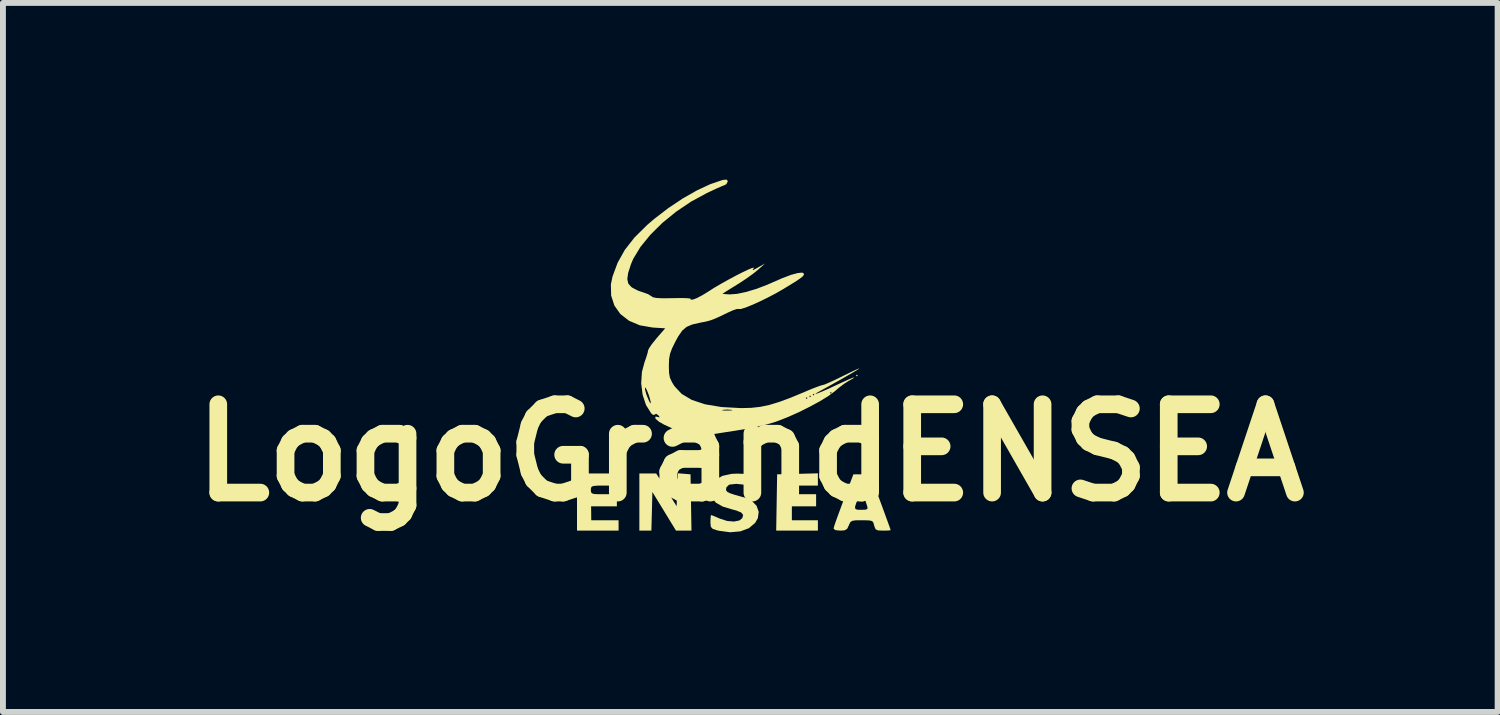
<source format=kicad_pcb>
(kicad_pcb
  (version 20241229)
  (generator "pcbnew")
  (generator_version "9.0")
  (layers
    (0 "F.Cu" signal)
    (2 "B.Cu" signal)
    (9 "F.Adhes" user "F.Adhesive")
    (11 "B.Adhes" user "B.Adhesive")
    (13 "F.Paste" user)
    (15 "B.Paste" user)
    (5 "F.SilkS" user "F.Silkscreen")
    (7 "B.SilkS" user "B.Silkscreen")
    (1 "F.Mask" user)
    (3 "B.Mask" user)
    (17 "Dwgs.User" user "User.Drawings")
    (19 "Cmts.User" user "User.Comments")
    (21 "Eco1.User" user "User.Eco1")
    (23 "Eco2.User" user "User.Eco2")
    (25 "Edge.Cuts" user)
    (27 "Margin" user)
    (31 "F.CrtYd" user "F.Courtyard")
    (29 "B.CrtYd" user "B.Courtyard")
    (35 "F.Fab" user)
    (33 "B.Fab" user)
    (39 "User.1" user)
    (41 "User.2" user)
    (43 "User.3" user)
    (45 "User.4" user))
  (footprint "LogoGrandENSEA"
    (layer "F.Cu")
    (at 9.693 4.638)
    (property "Reference" "LogoGrandENSEA" (at 0 0 0) (layer "F.SilkS") (effects (font (size 1.5 1.5) (thickness 0.3))))
    (attr board_only exclude_from_pos_files exclude_from_bom)
    (fp_poly (pts (xy 1.825 -1.31) (xy 1.81 -1.295) (xy 1.795 -1.31) (xy 1.81 -1.324)) (stroke (width 0) (type solid)) (fill yes) (layer "F.SilkS"))
    (fp_poly (pts (xy -1.125 0.359) (xy -1.015 0.368) (xy -1.007 0.846) (xy -0.999 1.324) (xy -1.13 1.324) (xy -1.262 1.324) (xy -1.462 0.996) (xy -1.663 0.668) (xy -1.671 0.996) (xy -1.68 1.324) (xy -1.782 1.324) (xy -1.884 1.324) (xy -1.884 0.839) (xy -1.884 0.353) (xy -1.741 0.353) (xy -1.598 0.353) (xy -1.424 0.632) (xy -1.251 0.91) (xy -1.242 0.63) (xy -1.234 0.35)) (stroke (width 0) (type solid)) (fill yes) (layer "F.SilkS"))
    (fp_poly (pts (xy -2.237 0.456) (xy -2.237 0.559) (xy -2.472 0.559) (xy -2.589 0.56) (xy -2.659 0.565) (xy -2.694 0.578) (xy -2.706 0.602) (xy -2.708 0.633) (xy -2.705 0.67) (xy -2.688 0.692) (xy -2.646 0.703) (xy -2.565 0.706) (xy -2.487 0.706) (xy -2.266 0.706) (xy -2.266 0.809) (xy -2.266 0.912) (xy -2.485 0.912) (xy -2.704 0.912) (xy -2.702 1.03) (xy -2.701 1.148) (xy -2.469 1.148) (xy -2.237 1.148) (xy -2.237 1.236) (xy -2.237 1.324) (xy -2.59 1.324) (xy -2.943 1.324) (xy -2.943 0.839) (xy -2.943 0.353) (xy -2.59 0.353) (xy -2.237 0.353)) (stroke (width 0) (type solid)) (fill yes) (layer "F.SilkS"))
    (fp_poly (pts (xy 1.148 0.455) (xy 1.148 0.559) (xy 0.927 0.559) (xy 0.815 0.56) (xy 0.749 0.566) (xy 0.717 0.58) (xy 0.707 0.607) (xy 0.706 0.633) (xy 0.709 0.671) (xy 0.727 0.693) (xy 0.772 0.703) (xy 0.857 0.706) (xy 0.912 0.706) (xy 1.118 0.706) (xy 1.118 0.809) (xy 1.118 0.912) (xy 0.912 0.912) (xy 0.706 0.912) (xy 0.706 1.03) (xy 0.706 1.148) (xy 0.927 1.148) (xy 1.148 1.148) (xy 1.148 1.236) (xy 1.148 1.324) (xy 0.794 1.324) (xy 0.44 1.324) (xy 0.448 0.846) (xy 0.456 0.368) (xy 0.802 0.36) (xy 1.148 0.351)) (stroke (width 0) (type solid)) (fill yes) (layer "F.SilkS"))
    (fp_poly (pts (xy 2.211 0.837) (xy 2.268 0.992) (xy 2.317 1.127) (xy 2.355 1.231) (xy 2.378 1.297) (xy 2.384 1.316) (xy 2.358 1.321) (xy 2.291 1.324) (xy 2.254 1.324) (xy 2.172 1.321) (xy 2.13 1.303) (xy 2.11 1.259) (xy 2.104 1.236) (xy 2.091 1.189) (xy 2.069 1.162) (xy 2.021 1.151) (xy 1.935 1.148) (xy 1.895 1.148) (xy 1.791 1.149) (xy 1.731 1.158) (xy 1.699 1.18) (xy 1.679 1.221) (xy 1.673 1.236) (xy 1.645 1.294) (xy 1.602 1.319) (xy 1.528 1.324) (xy 1.446 1.316) (xy 1.415 1.291) (xy 1.415 1.288) (xy 1.425 1.249) (xy 1.453 1.165) (xy 1.496 1.047) (xy 1.543 0.919) (xy 1.779 0.919) (xy 1.784 0.955) (xy 1.816 0.969) (xy 1.879 0.971) (xy 1.884 0.971) (xy 1.96 0.968) (xy 1.99 0.954) (xy 1.989 0.92) (xy 1.984 0.905) (xy 1.96 0.831) (xy 1.93 0.742) (xy 1.928 0.736) (xy 1.892 0.633) (xy 1.847 0.738) (xy 1.801 0.851) (xy 1.779 0.919) (xy 1.543 0.919) (xy 1.548 0.905) (xy 1.584 0.809) (xy 1.751 0.368) (xy 1.894 0.368) (xy 2.037 0.368)) (stroke (width 0) (type solid)) (fill yes) (layer "F.SilkS"))
    (fp_poly (pts (xy -0.073 0.362) (xy 0.02 0.377) (xy 0.075 0.406) (xy 0.103 0.453) (xy 0.112 0.509) (xy 0.113 0.584) (xy 0.09 0.613) (xy 0.036 0.601) (xy -0.019 0.574) (xy -0.118 0.542) (xy -0.237 0.53) (xy -0.344 0.541) (xy -0.365 0.548) (xy -0.405 0.589) (xy -0.412 0.619) (xy -0.408 0.645) (xy -0.389 0.667) (xy -0.345 0.689) (xy -0.267 0.715) (xy -0.144 0.75) (xy -0.097 0.762) (xy 0.026 0.819) (xy 0.107 0.903) (xy 0.143 1.005) (xy 0.128 1.114) (xy 0.083 1.192) (xy -0.024 1.283) (xy -0.17 1.337) (xy -0.343 1.352) (xy -0.536 1.326) (xy -0.567 1.318) (xy -0.638 1.294) (xy -0.67 1.26) (xy -0.677 1.192) (xy -0.677 1.174) (xy -0.674 1.102) (xy -0.668 1.062) (xy -0.666 1.06) (xy -0.635 1.07) (xy -0.568 1.098) (xy -0.518 1.12) (xy -0.394 1.16) (xy -0.278 1.17) (xy -0.186 1.152) (xy -0.136 1.112) (xy -0.121 1.058) (xy -0.155 1.016) (xy -0.242 0.981) (xy -0.297 0.967) (xy -0.467 0.916) (xy -0.585 0.849) (xy -0.643 0.777) (xy -0.675 0.652) (xy -0.654 0.544) (xy -0.584 0.456) (xy -0.47 0.393) (xy -0.317 0.36) (xy -0.214 0.356)) (stroke (width 0) (type solid)) (fill yes) (layer "F.SilkS"))
    (fp_poly (pts (xy -0.383 -4.615) (xy -0.383 -4.606) (xy -0.407 -4.56) (xy -0.434 -4.545) (xy -0.482 -4.526) (xy -0.569 -4.488) (xy -0.678 -4.437) (xy -0.736 -4.41) (xy -1.004 -4.265) (xy -1.259 -4.093) (xy -1.493 -3.903) (xy -1.697 -3.701) (xy -1.864 -3.496) (xy -1.987 -3.294) (xy -2.027 -3.2) (xy -2.074 -3.054) (xy -2.089 -2.948) (xy -2.072 -2.872) (xy -2.022 -2.815) (xy -1.995 -2.797) (xy -1.905 -2.751) (xy -1.817 -2.721) (xy -1.813 -2.72) (xy -1.735 -2.692) (xy -1.682 -2.658) (xy -1.65 -2.638) (xy -1.592 -2.627) (xy -1.499 -2.622) (xy -1.361 -2.623) (xy -1.308 -2.624) (xy -1.18 -2.626) (xy -1.082 -2.624) (xy -1.022 -2.618) (xy -1.011 -2.61) (xy -1.013 -2.597) (xy -0.968 -2.602) (xy -0.968 -2.602) (xy -0.905 -2.626) (xy -0.813 -2.675) (xy -0.718 -2.733) (xy -0.615 -2.799) (xy -0.495 -2.869) (xy -0.368 -2.94) (xy -0.243 -3.007) (xy -0.129 -3.065) (xy -0.034 -3.11) (xy 0.032 -3.137) (xy 0.062 -3.142) (xy 0.059 -3.134) (xy 0.039 -3.104) (xy 0.051 -3.102) (xy 0.105 -3.13) (xy 0.132 -3.146) (xy 0.25 -3.213) (xy 0.132 -3.107) (xy 0.053 -3.043) (xy -0.058 -2.963) (xy -0.181 -2.881) (xy -0.228 -2.852) (xy -0.332 -2.788) (xy -0.413 -2.737) (xy -0.462 -2.705) (xy -0.471 -2.698) (xy -0.444 -2.694) (xy -0.378 -2.689) (xy -0.346 -2.688) (xy -0.225 -2.697) (xy -0.068 -2.73) (xy 0.108 -2.783) (xy 0.288 -2.852) (xy 0.368 -2.887) (xy 0.545 -2.964) (xy 0.693 -3.02) (xy 0.808 -3.051) (xy 0.883 -3.058) (xy 0.912 -3.039) (xy 0.912 -3.035) (xy 0.906 -3.014) (xy 0.883 -2.987) (xy 0.834 -2.95) (xy 0.754 -2.897) (xy 0.633 -2.823) (xy 0.556 -2.776) (xy 0.427 -2.702) (xy 0.289 -2.63) (xy 0.151 -2.563) (xy 0.023 -2.506) (xy -0.084 -2.463) (xy -0.161 -2.44) (xy -0.198 -2.439) (xy -0.2 -2.441) (xy -0.228 -2.44) (xy -0.294 -2.418) (xy -0.385 -2.377) (xy -0.391 -2.374) (xy -0.517 -2.313) (xy -0.608 -2.273) (xy -0.68 -2.246) (xy -0.751 -2.227) (xy -0.838 -2.21) (xy -0.849 -2.208) (xy -0.985 -2.177) (xy -1.082 -2.136) (xy -1.156 -2.073) (xy -1.223 -1.976) (xy -1.271 -1.889) (xy -1.329 -1.771) (xy -1.363 -1.679) (xy -1.379 -1.589) (xy -1.383 -1.479) (xy -1.383 -1.473) (xy -1.38 -1.357) (xy -1.365 -1.273) (xy -1.33 -1.197) (xy -1.288 -1.129) (xy -1.165 -0.998) (xy -0.992 -0.895) (xy -0.767 -0.821) (xy -0.491 -0.775) (xy -0.164 -0.757) (xy -0.147 -0.757) (xy 0.015 -0.761) (xy 0.168 -0.778) (xy 0.323 -0.81) (xy 0.493 -0.862) (xy 0.669 -0.927) (xy 0.942 -0.927) (xy 0.957 -0.912) (xy 0.971 -0.927) (xy 0.957 -0.942) (xy 0.942 -0.927) (xy 0.669 -0.927) (xy 0.69 -0.935) (xy 0.742 -0.957) (xy 1.001 -0.957) (xy 1.015 -0.942) (xy 1.03 -0.957) (xy 1.015 -0.971) (xy 1.001 -0.957) (xy 0.742 -0.957) (xy 0.813 -0.986) (xy 1.06 -0.986) (xy 1.074 -0.971) (xy 1.089 -0.986) (xy 1.074 -1.001) (xy 1.06 -0.986) (xy 0.813 -0.986) (xy 0.927 -1.033) (xy 0.927 -1.034) (xy 1.044 -1.083) (xy 1.143 -1.121) (xy 1.21 -1.144) (xy 1.229 -1.148) (xy 1.269 -1.16) (xy 1.35 -1.195) (xy 1.458 -1.245) (xy 1.56 -1.295) (xy 1.677 -1.353) (xy 1.772 -1.398) (xy 1.835 -1.426) (xy 1.854 -1.432) (xy 1.83 -1.414) (xy 1.763 -1.373) (xy 1.661 -1.314) (xy 1.534 -1.241) (xy 1.389 -1.16) (xy 1.236 -1.075) (xy 1.163 -1.035) (xy 1.112 -1.005) (xy 1.109 -0.997) (xy 1.147 -1.009) (xy 1.163 -1.015) (xy 1.354 -1.015) (xy 1.369 -1.001) (xy 1.383 -1.015) (xy 1.369 -1.03) (xy 1.354 -1.015) (xy 1.163 -1.015) (xy 1.221 -1.039) (xy 1.323 -1.083) (xy 1.448 -1.141) (xy 1.458 -1.146) (xy 1.579 -1.202) (xy 1.677 -1.246) (xy 1.743 -1.273) (xy 1.766 -1.279) (xy 1.743 -1.259) (xy 1.685 -1.226) (xy 1.67 -1.218) (xy 1.596 -1.171) (xy 1.503 -1.101) (xy 1.433 -1.041) (xy 1.331 -0.965) (xy 1.187 -0.876) (xy 1.014 -0.782) (xy 0.826 -0.688) (xy 0.635 -0.603) (xy 0.454 -0.533) (xy 0.409 -0.517) (xy 0.274 -0.478) (xy 0.109 -0.439) (xy -0.055 -0.405) (xy -0.106 -0.397) (xy -0.256 -0.373) (xy -0.406 -0.35) (xy -0.533 -0.33) (xy -0.574 -0.323) (xy -0.707 -0.305) (xy -0.812 -0.299) (xy -0.914 -0.307) (xy -1.039 -0.33) (xy -1.089 -0.34) (xy -1.215 -0.375) (xy -1.343 -0.421) (xy -1.46 -0.474) (xy -1.553 -0.527) (xy -1.606 -0.573) (xy -1.613 -0.586) (xy -1.61 -0.614) (xy -1.574 -0.607) (xy -1.539 -0.598) (xy -1.551 -0.621) (xy -1.561 -0.634) (xy -1.6 -0.661) (xy -1.618 -0.648) (xy -1.65 -0.64) (xy -1.684 -0.669) (xy -1.716 -0.721) (xy -0.484 -0.721) (xy -0.452 -0.716) (xy -0.397 -0.715) (xy -0.328 -0.717) (xy -0.302 -0.722) (xy -0.316 -0.727) (xy -0.397 -0.732) (xy -0.463 -0.727) (xy -0.484 -0.721) (xy -1.716 -0.721) (xy -1.772 -0.81) (xy -1.829 -0.985) (xy -1.844 -1.106) (xy -1.788 -1.106) (xy -1.788 -1.072) (xy -1.769 -1.002) (xy -1.752 -0.955) (xy -1.715 -0.868) (xy -1.693 -0.835) (xy -1.69 -0.855) (xy -1.707 -0.925) (xy -1.725 -0.983) (xy -1.755 -1.059) (xy -1.779 -1.102) (xy -1.788 -1.106) (xy -1.844 -1.106) (xy -1.853 -1.178) (xy -1.84 -1.373) (xy -1.798 -1.53) (xy -1.765 -1.625) (xy -1.742 -1.702) (xy -1.737 -1.734) (xy -1.718 -1.775) (xy -1.67 -1.846) (xy -1.601 -1.931) (xy -1.591 -1.944) (xy -1.445 -2.112) (xy -1.657 -2.125) (xy -1.876 -2.163) (xy -2.061 -2.241) (xy -2.206 -2.354) (xy -2.308 -2.498) (xy -2.363 -2.667) (xy -2.368 -2.856) (xy -2.34 -2.991) (xy -2.253 -3.226) (xy -2.131 -3.444) (xy -1.967 -3.654) (xy -1.755 -3.864) (xy -1.633 -3.969) (xy -1.393 -4.153) (xy -1.146 -4.318) (xy -0.903 -4.456) (xy -0.675 -4.562) (xy -0.473 -4.63) (xy -0.464 -4.632) (xy -0.404 -4.638)) (stroke (width 0) (type solid)) (fill yes) (layer "F.SilkS")))
  (gr_rect
    (start -3 -3)
    (end 22.386 9.042)
    (stroke (width 0.1) (type default))
    (fill no)
    (layer "Edge.Cuts")))
</source>
